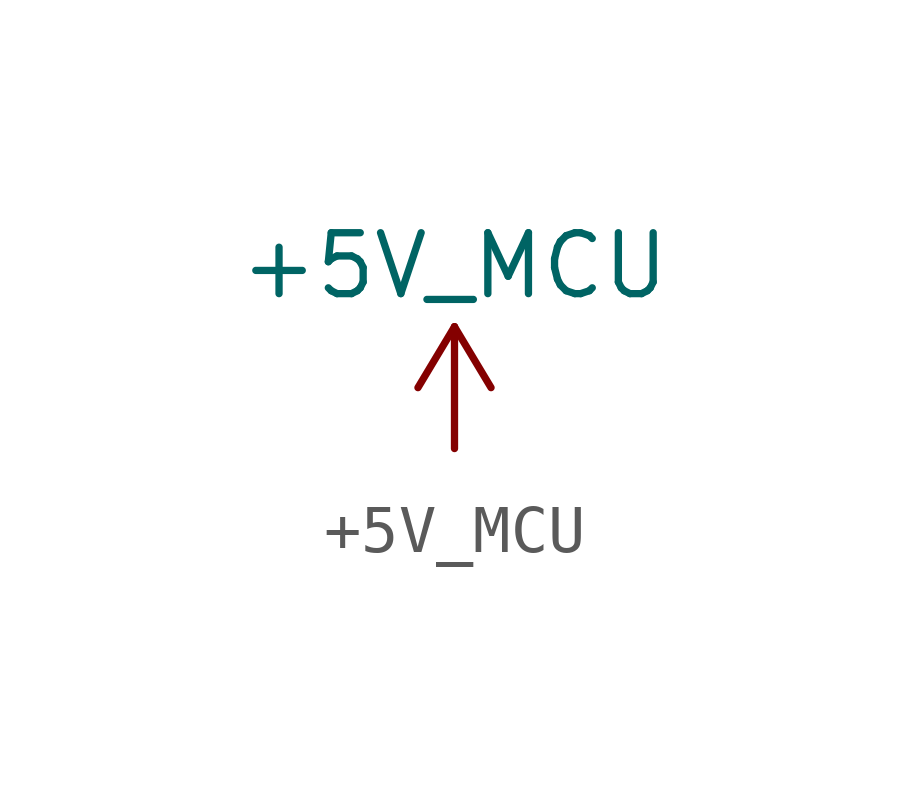
<source format=kicad_sym>
(kicad_symbol_lib
  (version 20220914)
  (generator kicad_symbol_editor)
  (symbol "+5V_MCU"
    (power)
    (pin_numbers hide)
    (property "Reference" "#PWR"
      (at -6.985 3.81 0)
      (effects (font (size 1.27 1.27)) hide))
    (property "Value" "+5V_MCU"
      (at 0 3.81 0)
      (effects (font (size 1.27 1.27))))
    (symbol "+5V_MCU_0_1"
      (polyline (pts (xy 0 0) (xy 0 2.54)) (stroke (width 0) (type default)) (fill (type none)))
      (polyline (pts (xy 0 2.54) (xy -0.762 1.27)) (stroke (width 0) (type default)) (fill (type none)))
      (polyline (pts (xy 0 2.54) (xy 0.762 1.27)) (stroke (width 0) (type default)) (fill (type none))))
    (symbol "+5V_MCU_1_1"
      (pin power_in line (at 0 0 90) (length 0) hide (name "+5V_MCU" (effects (font (size 1.27 1.27)))) (number "1" (effects (font (size 1.27 1.27))))))))
</source>
